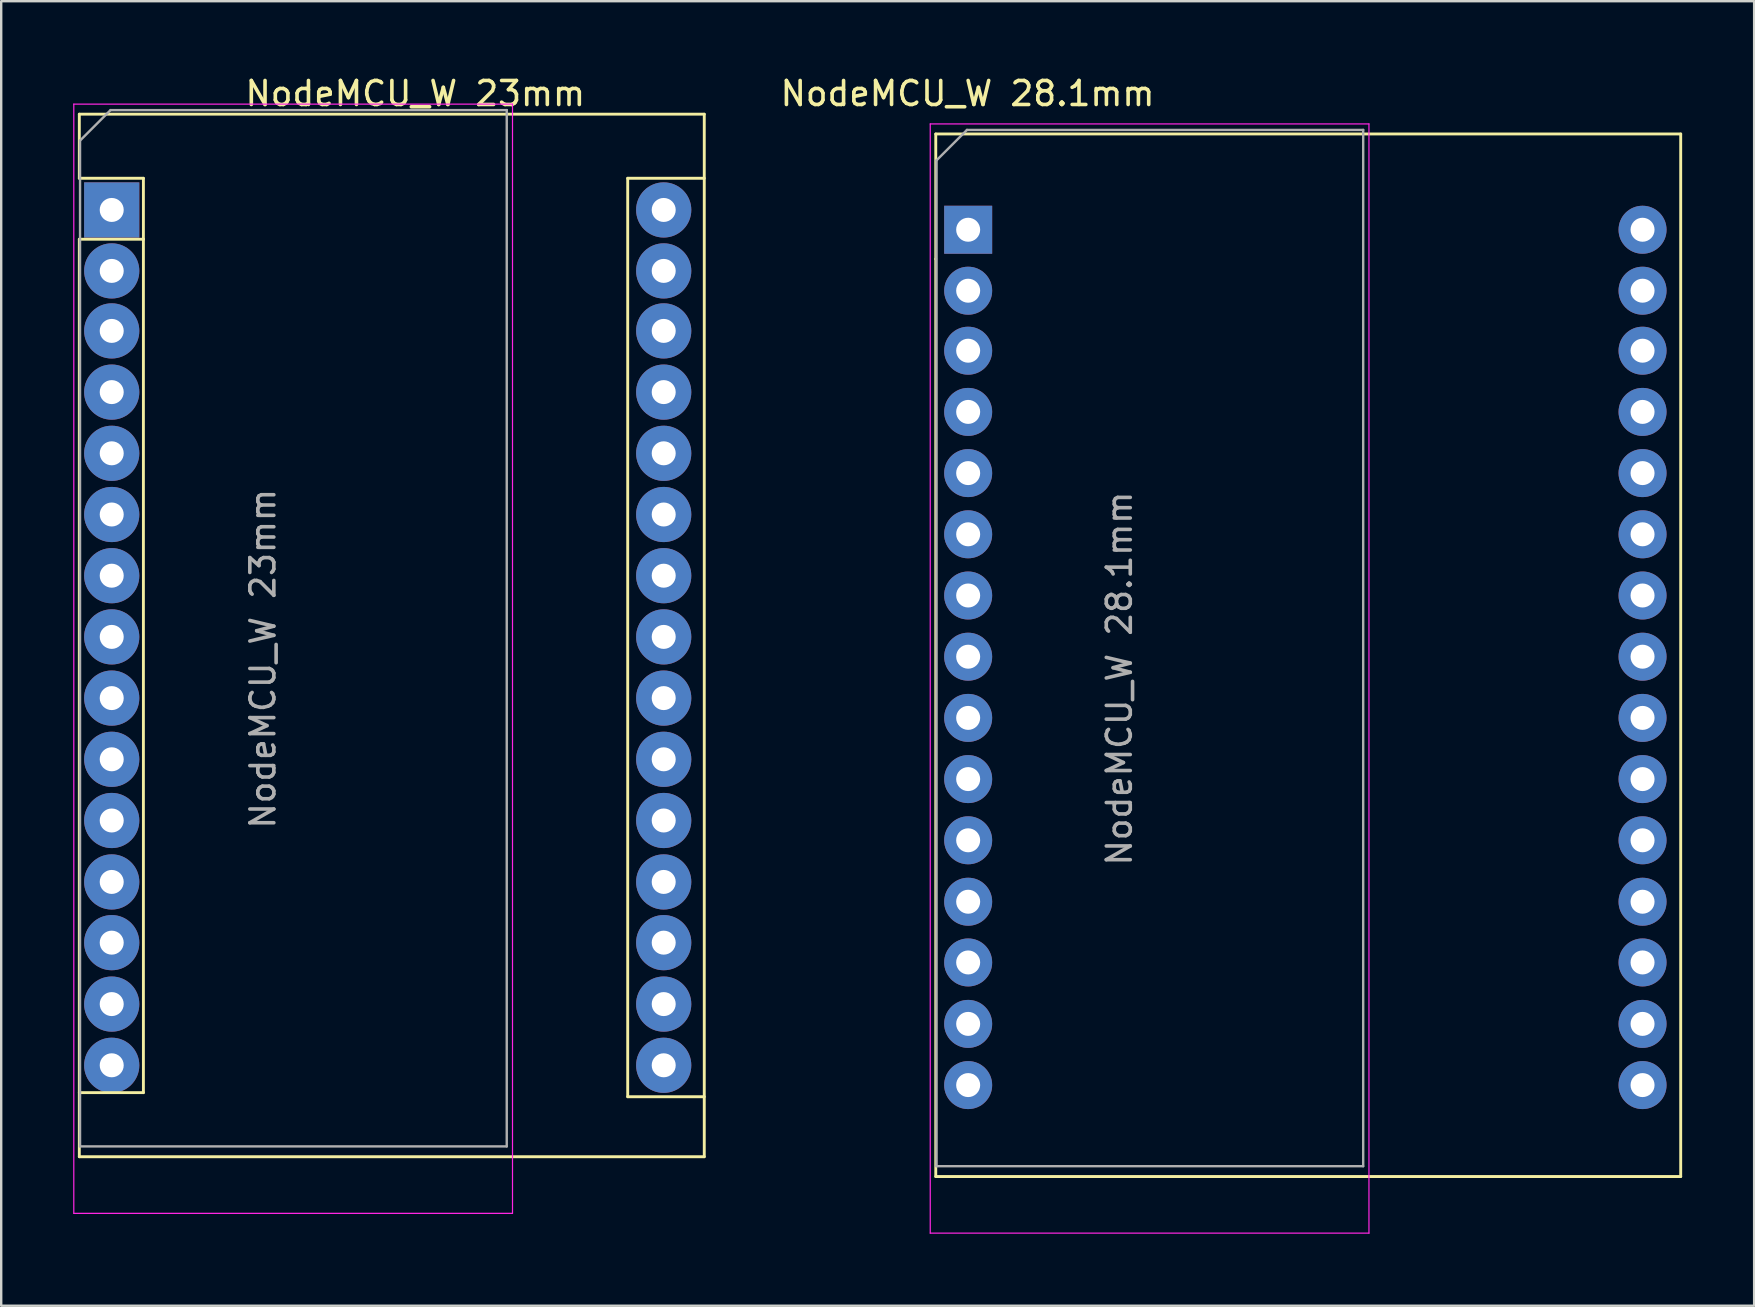
<source format=kicad_pcb>
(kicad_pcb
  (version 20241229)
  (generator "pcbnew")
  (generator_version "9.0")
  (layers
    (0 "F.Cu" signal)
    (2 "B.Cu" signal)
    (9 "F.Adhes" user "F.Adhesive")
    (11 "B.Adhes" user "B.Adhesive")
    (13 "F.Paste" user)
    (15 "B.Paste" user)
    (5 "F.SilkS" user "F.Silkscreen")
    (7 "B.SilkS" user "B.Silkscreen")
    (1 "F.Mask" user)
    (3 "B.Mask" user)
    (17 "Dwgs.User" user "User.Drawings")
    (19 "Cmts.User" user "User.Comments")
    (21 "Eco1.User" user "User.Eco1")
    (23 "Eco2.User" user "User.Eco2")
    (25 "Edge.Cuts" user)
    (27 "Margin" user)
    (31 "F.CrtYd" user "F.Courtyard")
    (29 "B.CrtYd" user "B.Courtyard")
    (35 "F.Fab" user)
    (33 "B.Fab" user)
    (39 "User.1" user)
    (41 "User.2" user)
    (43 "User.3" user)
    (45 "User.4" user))
  (footprint "NodeMCU_W 28.1mm"
    (layer "F.Cu")
    (at 37.241 6.173)
    (property "Reference" "NodeMCU_W 28.1mm" (at 0.025 -5.325 0) (layer "F.SilkS") (effects (font (size 1 1) (thickness 0.15))))
    (attr through_hole)
    (fp_line (start -1.3 -3.64) (end -1.3 1.57) (stroke (width 0.12) (type solid)) (layer "F.SilkS"))
    (fp_line (start -1.3 1.57) (end -1.3 39.8) (stroke (width 0.12) (type solid)) (layer "F.SilkS"))
    (fp_line (start -1.3 39.8) (end 29.74 39.8) (stroke (width 0.12) (type solid)) (layer "F.SilkS"))
    (fp_line (start 29.74 -3.64) (end -1.3 -3.64) (stroke (width 0.12) (type solid)) (layer "F.SilkS"))
    (fp_line (start 29.74 39.8) (end 29.74 -3.64) (stroke (width 0.12) (type solid)) (layer "F.SilkS"))
    (fp_line (start -1.53 -4.06) (end -1.53 42.16) (stroke (width 0.05) (type solid)) (layer "F.CrtYd"))
    (fp_line (start -1.53 -4.06) (end 16.75 -4.06) (stroke (width 0.05) (type solid)) (layer "F.CrtYd"))
    (fp_line (start 16.75 42.16) (end -1.53 42.16) (stroke (width 0.05) (type solid)) (layer "F.CrtYd"))
    (fp_line (start 16.75 42.16) (end 16.75 -4.06) (stroke (width 0.05) (type solid)) (layer "F.CrtYd"))
    (fp_line (start -1.27 -2.54) (end 0 -3.81) (stroke (width 0.1) (type solid)) (layer "F.Fab"))
    (fp_line (start -1.27 39.37) (end -1.27 -2.54) (stroke (width 0.1) (type solid)) (layer "F.Fab"))
    (fp_line (start 0 -3.81) (end 16.51 -3.81) (stroke (width 0.1) (type solid)) (layer "F.Fab"))
    (fp_line (start 16.51 -3.81) (end 16.51 39.37) (stroke (width 0.1) (type solid)) (layer "F.Fab"))
    (fp_line (start 16.51 39.37) (end -1.27 39.37) (stroke (width 0.1) (type solid)) (layer "F.Fab"))
    (fp_text user "${REFERENCE}" (at 6.35 19.05 90) (layer "F.Fab") (effects (font (size 1 1) (thickness 0.15))))
    (pad "1" thru_hole rect (at 0.05 0.35 270) (size 2 2) (drill 1) (layers "*.Cu" "*.Mask"))
    (pad "2" thru_hole circle (at 0.05 2.89 270) (size 2 2) (drill 1) (layers "*.Cu" "*.Mask"))
    (pad "3" thru_hole circle (at 0.05 5.39 270) (size 2 2) (drill 1) (layers "*.Cu" "*.Mask"))
    (pad "4" thru_hole circle (at 0.05 7.94 270) (size 2 2) (drill 1) (layers "*.Cu" "*.Mask"))
    (pad "5" thru_hole circle (at 0.05 10.49 270) (size 2 2) (drill 1) (layers "*.Cu" "*.Mask"))
    (pad "6" thru_hole circle (at 0.05 13.04 270) (size 2 2) (drill 1) (layers "*.Cu" "*.Mask"))
    (pad "7" thru_hole circle (at 0.05 15.59 270) (size 2 2) (drill 1) (layers "*.Cu" "*.Mask"))
    (pad "8" thru_hole circle (at 0.05 18.14 270) (size 2 2) (drill 1) (layers "*.Cu" "*.Mask"))
    (pad "9" thru_hole circle (at 0.05 20.69 270) (size 2 2) (drill 1) (layers "*.Cu" "*.Mask"))
    (pad "10" thru_hole circle (at 0.05 23.24 270) (size 2 2) (drill 1) (layers "*.Cu" "*.Mask"))
    (pad "11" thru_hole circle (at 0.05 25.79 270) (size 2 2) (drill 1) (layers "*.Cu" "*.Mask"))
    (pad "12" thru_hole circle (at 0.05 28.35 270) (size 2 2) (drill 1) (layers "*.Cu" "*.Mask"))
    (pad "13" thru_hole circle (at 0.05 30.88 270) (size 2 2) (drill 1) (layers "*.Cu" "*.Mask"))
    (pad "14" thru_hole circle (at 0.05 33.44 270) (size 2 2) (drill 1) (layers "*.Cu" "*.Mask"))
    (pad "15" thru_hole circle (at 0.05 35.99 270) (size 2 2) (drill 1) (layers "*.Cu" "*.Mask"))
    (pad "16" thru_hole circle (at 28.15 35.99 270) (size 2 2) (drill 1) (layers "*.Cu" "*.Mask"))
    (pad "17" thru_hole circle (at 28.15 33.44 270) (size 2 2) (drill 1) (layers "*.Cu" "*.Mask"))
    (pad "18" thru_hole circle (at 28.15 30.88 270) (size 2 2) (drill 1) (layers "*.Cu" "*.Mask"))
    (pad "19" thru_hole circle (at 28.15 28.35 270) (size 2 2) (drill 1) (layers "*.Cu" "*.Mask"))
    (pad "20" thru_hole circle (at 28.15 25.79 270) (size 2 2) (drill 1) (layers "*.Cu" "*.Mask"))
    (pad "21" thru_hole circle (at 28.15 23.24 270) (size 2 2) (drill 1) (layers "*.Cu" "*.Mask"))
    (pad "22" thru_hole circle (at 28.15 20.69 270) (size 2 2) (drill 1) (layers "*.Cu" "*.Mask"))
    (pad "23" thru_hole circle (at 28.15 18.14 270) (size 2 2) (drill 1) (layers "*.Cu" "*.Mask"))
    (pad "24" thru_hole circle (at 28.15 15.59 270) (size 2 2) (drill 1) (layers "*.Cu" "*.Mask"))
    (pad "25" thru_hole circle (at 28.15 13.04 270) (size 2 2) (drill 1) (layers "*.Cu" "*.Mask"))
    (pad "26" thru_hole circle (at 28.15 10.49 270) (size 2 2) (drill 1) (layers "*.Cu" "*.Mask"))
    (pad "27" thru_hole circle (at 28.15 7.94 270) (size 2 2) (drill 1) (layers "*.Cu" "*.Mask"))
    (pad "28" thru_hole circle (at 28.15 5.39 270) (size 2 2) (drill 1) (layers "*.Cu" "*.Mask"))
    (pad "29" thru_hole circle (at 28.15 2.89 270) (size 2 2) (drill 1) (layers "*.Cu" "*.Mask"))
    (pad "30" thru_hole circle (at 28.15 0.35 270) (size 2 2) (drill 1) (layers "*.Cu" "*.Mask")))
  (footprint "NodeMCU_W 23mm"
    (layer "F.Cu")
    (at 1.555 5.348)
    (property "Reference" "NodeMCU_W 23mm" (at 12.7 -4.5 0) (layer "F.SilkS") (effects (font (size 1 1) (thickness 0.15))))
    (attr through_hole)
    (fp_line (start -1.3 -3.64) (end -1.3 -0.97) (stroke (width 0.12) (type solid)) (layer "F.SilkS"))
    (fp_line (start -1.3 1.57) (end -1.3 39.8) (stroke (width 0.12) (type solid)) (layer "F.SilkS"))
    (fp_line (start -1.3 39.8) (end 24.74 39.8) (stroke (width 0.12) (type solid)) (layer "F.SilkS"))
    (fp_line (start 1.37 -0.97) (end -1.3 -0.97) (stroke (width 0.12) (type solid)) (layer "F.SilkS"))
    (fp_line (start 1.37 1.57) (end -1.3 1.57) (stroke (width 0.12) (type solid)) (layer "F.SilkS"))
    (fp_line (start 1.37 1.57) (end 1.37 -0.97) (stroke (width 0.12) (type solid)) (layer "F.SilkS"))
    (fp_line (start 1.37 1.57) (end 1.37 37.13) (stroke (width 0.12) (type solid)) (layer "F.SilkS"))
    (fp_line (start 1.37 37.13) (end -1.3 37.13) (stroke (width 0.12) (type solid)) (layer "F.SilkS"))
    (fp_line (start 21.55 -0.97) (end 21.55 37.3) (stroke (width 0.12) (type solid)) (layer "F.SilkS"))
    (fp_line (start 21.55 -0.97) (end 24.74 -0.97) (stroke (width 0.12) (type solid)) (layer "F.SilkS"))
    (fp_line (start 21.55 37.3) (end 24.74 37.3) (stroke (width 0.12) (type solid)) (layer "F.SilkS"))
    (fp_line (start 24.74 -3.64) (end -1.3 -3.64) (stroke (width 0.12) (type solid)) (layer "F.SilkS"))
    (fp_line (start 24.74 39.8) (end 24.74 -3.64) (stroke (width 0.12) (type solid)) (layer "F.SilkS"))
    (fp_line (start -1.53 -4.06) (end -1.53 42.16) (stroke (width 0.05) (type solid)) (layer "F.CrtYd"))
    (fp_line (start -1.53 -4.06) (end 16.75 -4.06) (stroke (width 0.05) (type solid)) (layer "F.CrtYd"))
    (fp_line (start 16.75 42.16) (end -1.53 42.16) (stroke (width 0.05) (type solid)) (layer "F.CrtYd"))
    (fp_line (start 16.75 42.16) (end 16.75 -4.06) (stroke (width 0.05) (type solid)) (layer "F.CrtYd"))
    (fp_line (start -1.27 -2.54) (end 0 -3.81) (stroke (width 0.1) (type solid)) (layer "F.Fab"))
    (fp_line (start -1.27 39.37) (end -1.27 -2.54) (stroke (width 0.1) (type solid)) (layer "F.Fab"))
    (fp_line (start 0 -3.81) (end 16.51 -3.81) (stroke (width 0.1) (type solid)) (layer "F.Fab"))
    (fp_line (start 16.51 -3.81) (end 16.51 39.37) (stroke (width 0.1) (type solid)) (layer "F.Fab"))
    (fp_line (start 16.51 39.37) (end -1.27 39.37) (stroke (width 0.1) (type solid)) (layer "F.Fab"))
    (fp_text user "${REFERENCE}" (at 6.35 19.05 90) (layer "F.Fab") (effects (font (size 1 1) (thickness 0.15))))
    (pad "1" thru_hole rect (at 0.05 0.35 270) (size 2.3 2.3) (drill 1) (layers "*.Cu" "*.Mask"))
    (pad "2" thru_hole circle (at 0.05 2.89 270) (size 2.3 2.3) (drill 1) (layers "*.Cu" "*.Mask"))
    (pad "3" thru_hole circle (at 0.05 5.39 270) (size 2.3 2.3) (drill 1) (layers "*.Cu" "*.Mask"))
    (pad "4" thru_hole circle (at 0.05 7.94 270) (size 2.3 2.3) (drill 1) (layers "*.Cu" "*.Mask"))
    (pad "5" thru_hole circle (at 0.05 10.49 270) (size 2.3 2.3) (drill 1) (layers "*.Cu" "*.Mask"))
    (pad "6" thru_hole circle (at 0.05 13.04 270) (size 2.3 2.3) (drill 1) (layers "*.Cu" "*.Mask"))
    (pad "7" thru_hole circle (at 0.05 15.59 270) (size 2.3 2.3) (drill 1) (layers "*.Cu" "*.Mask"))
    (pad "8" thru_hole circle (at 0.05 18.14 270) (size 2.3 2.3) (drill 1) (layers "*.Cu" "*.Mask"))
    (pad "9" thru_hole circle (at 0.05 20.69 270) (size 2.3 2.3) (drill 1) (layers "*.Cu" "*.Mask"))
    (pad "10" thru_hole circle (at 0.05 23.24 270) (size 2.3 2.3) (drill 1) (layers "*.Cu" "*.Mask"))
    (pad "11" thru_hole circle (at 0.05 25.79 270) (size 2.3 2.3) (drill 1) (layers "*.Cu" "*.Mask"))
    (pad "12" thru_hole circle (at 0.05 28.35 270) (size 2.3 2.3) (drill 1) (layers "*.Cu" "*.Mask"))
    (pad "13" thru_hole circle (at 0.05 30.88 270) (size 2.3 2.3) (drill 1) (layers "*.Cu" "*.Mask"))
    (pad "14" thru_hole circle (at 0.05 33.44 270) (size 2.3 2.3) (drill 1) (layers "*.Cu" "*.Mask"))
    (pad "15" thru_hole circle (at 0.05 35.99 270) (size 2.3 2.3) (drill 1) (layers "*.Cu" "*.Mask"))
    (pad "16" thru_hole circle (at 23.05 35.99 270) (size 2.3 2.3) (drill 1) (layers "*.Cu" "*.Mask"))
    (pad "17" thru_hole circle (at 23.05 33.44 270) (size 2.3 2.3) (drill 1) (layers "*.Cu" "*.Mask"))
    (pad "18" thru_hole circle (at 23.05 30.88 270) (size 2.3 2.3) (drill 1) (layers "*.Cu" "*.Mask"))
    (pad "19" thru_hole circle (at 23.05 28.35 270) (size 2.3 2.3) (drill 1) (layers "*.Cu" "*.Mask"))
    (pad "20" thru_hole circle (at 23.05 25.79 270) (size 2.3 2.3) (drill 1) (layers "*.Cu" "*.Mask"))
    (pad "21" thru_hole circle (at 23.05 23.24 270) (size 2.3 2.3) (drill 1) (layers "*.Cu" "*.Mask"))
    (pad "22" thru_hole circle (at 23.05 20.69 270) (size 2.3 2.3) (drill 1) (layers "*.Cu" "*.Mask"))
    (pad "23" thru_hole circle (at 23.05 18.14 270) (size 2.3 2.3) (drill 1) (layers "*.Cu" "*.Mask"))
    (pad "24" thru_hole circle (at 23.05 15.59 270) (size 2.3 2.3) (drill 1) (layers "*.Cu" "*.Mask"))
    (pad "25" thru_hole circle (at 23.05 13.04 270) (size 2.3 2.3) (drill 1) (layers "*.Cu" "*.Mask"))
    (pad "26" thru_hole circle (at 23.05 10.49 270) (size 2.3 2.3) (drill 1) (layers "*.Cu" "*.Mask"))
    (pad "27" thru_hole circle (at 23.05 7.94 270) (size 2.3 2.3) (drill 1) (layers "*.Cu" "*.Mask"))
    (pad "28" thru_hole circle (at 23.05 5.39 270) (size 2.3 2.3) (drill 1) (layers "*.Cu" "*.Mask"))
    (pad "29" thru_hole circle (at 23.05 2.89 270) (size 2.3 2.3) (drill 1) (layers "*.Cu" "*.Mask"))
    (pad "30" thru_hole circle (at 23.05 0.35 270) (size 2.3 2.3) (drill 1) (layers "*.Cu" "*.Mask")))
  (gr_rect
    (start -3 -3)
    (end 70.041 51.358)
    (stroke (width 0.1) (type default))
    (fill no)
    (layer "Edge.Cuts")))
</source>
